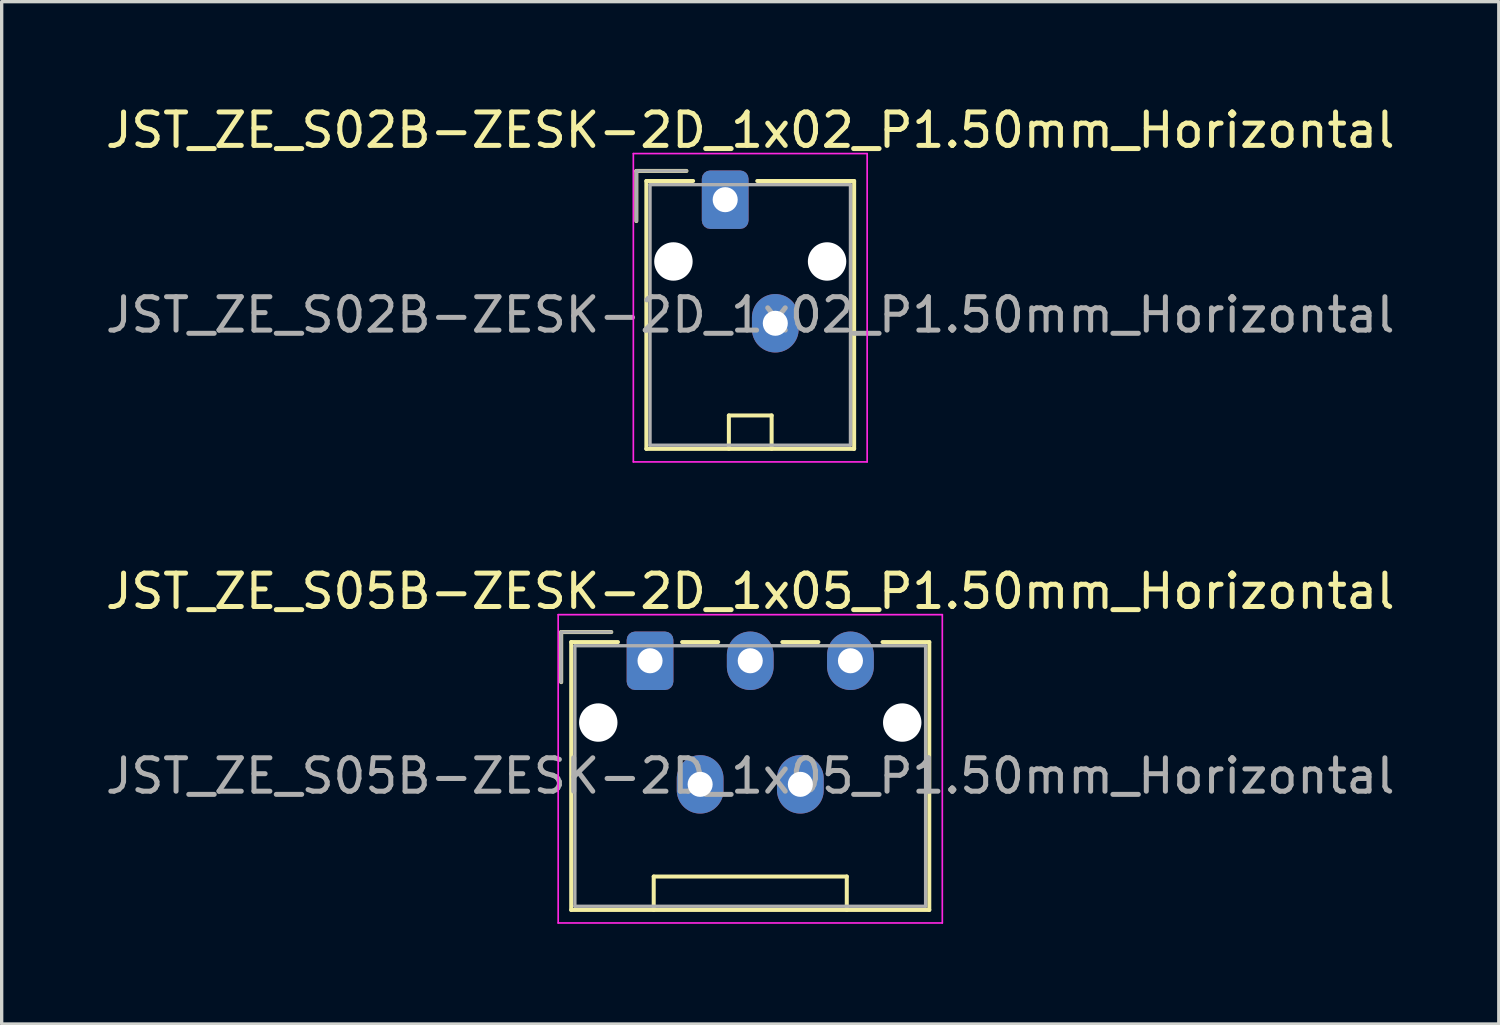
<source format=kicad_pcb>
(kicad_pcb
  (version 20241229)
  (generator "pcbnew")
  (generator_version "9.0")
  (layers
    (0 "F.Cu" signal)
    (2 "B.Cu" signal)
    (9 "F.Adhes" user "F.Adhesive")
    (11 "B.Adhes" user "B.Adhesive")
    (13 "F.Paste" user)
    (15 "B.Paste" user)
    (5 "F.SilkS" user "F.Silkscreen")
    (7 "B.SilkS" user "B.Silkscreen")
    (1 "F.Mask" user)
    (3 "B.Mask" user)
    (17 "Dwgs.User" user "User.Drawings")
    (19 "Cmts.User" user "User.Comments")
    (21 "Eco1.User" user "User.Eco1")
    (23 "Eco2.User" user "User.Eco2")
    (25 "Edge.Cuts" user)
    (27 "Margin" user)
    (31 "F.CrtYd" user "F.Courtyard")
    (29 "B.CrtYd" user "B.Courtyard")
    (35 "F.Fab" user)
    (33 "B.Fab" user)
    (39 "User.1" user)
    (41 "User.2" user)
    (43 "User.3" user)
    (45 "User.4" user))
  (footprint "JST_ZE_S05B-ZESK-2D_1x05_P1.50mm_Horizontal"
    (layer "F.Cu")
    (at 16.411 16.732)
    (property "Reference" "JST_ZE_S05B-ZESK-2D_1x05_P1.50mm_Horizontal" (at 3 -2.08 0) (layer "F.SilkS") (effects (font (size 1 1) (thickness 0.15))))
    (attr through_hole)
    (fp_line (start -2.66 -0.86) (end -1.16 -0.86) (stroke (width 0.12) (type solid)) (layer "F.SilkS"))
    (fp_line (start -2.66 0.64) (end -2.66 -0.86) (stroke (width 0.12) (type solid)) (layer "F.SilkS"))
    (fp_line (start -2.36 -0.56) (end -2.36 7.46) (stroke (width 0.12) (type solid)) (layer "F.SilkS"))
    (fp_line (start -2.36 7.46) (end 8.36 7.46) (stroke (width 0.12) (type solid)) (layer "F.SilkS"))
    (fp_line (start -0.96 -0.56) (end -2.36 -0.56) (stroke (width 0.12) (type solid)) (layer "F.SilkS"))
    (fp_line (start 0.11 6.46) (end 5.89 6.46) (stroke (width 0.12) (type solid)) (layer "F.SilkS"))
    (fp_line (start 0.11 7.46) (end 0.11 6.46) (stroke (width 0.12) (type solid)) (layer "F.SilkS"))
    (fp_line (start 0.96 -0.56) (end 2.04 -0.56) (stroke (width 0.12) (type solid)) (layer "F.SilkS"))
    (fp_line (start 3.96 -0.56) (end 5.04 -0.56) (stroke (width 0.12) (type solid)) (layer "F.SilkS"))
    (fp_line (start 5.89 6.46) (end 5.89 7.46) (stroke (width 0.12) (type solid)) (layer "F.SilkS"))
    (fp_line (start 8.36 -0.56) (end 6.96 -0.56) (stroke (width 0.12) (type solid)) (layer "F.SilkS"))
    (fp_line (start 8.36 7.46) (end 8.36 -0.56) (stroke (width 0.12) (type solid)) (layer "F.SilkS"))
    (fp_line (start -2.75 -1.38) (end -2.75 7.85) (stroke (width 0.05) (type solid)) (layer "F.CrtYd"))
    (fp_line (start -2.75 7.85) (end 8.75 7.85) (stroke (width 0.05) (type solid)) (layer "F.CrtYd"))
    (fp_line (start 8.75 -1.38) (end -2.75 -1.38) (stroke (width 0.05) (type solid)) (layer "F.CrtYd"))
    (fp_line (start 8.75 7.85) (end 8.75 -1.38) (stroke (width 0.05) (type solid)) (layer "F.CrtYd"))
    (fp_line (start -2.66 -0.86) (end -1.16 -0.86) (stroke (width 0.1) (type solid)) (layer "F.Fab"))
    (fp_line (start -2.66 0.64) (end -2.66 -0.86) (stroke (width 0.1) (type solid)) (layer "F.Fab"))
    (fp_line (start -2.25 -0.45) (end -2.25 7.35) (stroke (width 0.1) (type solid)) (layer "F.Fab"))
    (fp_line (start -2.25 7.35) (end 8.25 7.35) (stroke (width 0.1) (type solid)) (layer "F.Fab"))
    (fp_line (start 8.25 -0.45) (end -2.25 -0.45) (stroke (width 0.1) (type solid)) (layer "F.Fab"))
    (fp_line (start 8.25 7.35) (end 8.25 -0.45) (stroke (width 0.1) (type solid)) (layer "F.Fab"))
    (fp_text user "${REFERENCE}" (at 3 3.45 0) (layer "F.Fab") (effects (font (size 1 1) (thickness 0.15))))
    (pad "" np_thru_hole circle (at -1.55 1.85) (size 1.15 1.15) (drill 1.15) (layers "*.Cu" "*.Mask"))
    (pad "" np_thru_hole circle (at 7.55 1.85) (size 1.15 1.15) (drill 1.15) (layers "*.Cu" "*.Mask"))
    (pad "1" thru_hole roundrect (at 0 0) (size 1.4 1.75) (drill 0.75) (layers "*.Cu" "*.Mask") (roundrect_rratio 0.179))
    (pad "2" thru_hole oval (at 1.5 3.7) (size 1.4 1.75) (drill 0.75) (layers "*.Cu" "*.Mask"))
    (pad "3" thru_hole oval (at 3 0) (size 1.4 1.75) (drill 0.75) (layers "*.Cu" "*.Mask"))
    (pad "4" thru_hole oval (at 4.5 3.7) (size 1.4 1.75) (drill 0.75) (layers "*.Cu" "*.Mask"))
    (pad "5" thru_hole oval (at 6 0) (size 1.4 1.75) (drill 0.75) (layers "*.Cu" "*.Mask")))
  (footprint "JST_ZE_S02B-ZESK-2D_1x02_P1.50mm_Horizontal"
    (layer "F.Cu")
    (at 18.661 2.928)
    (property "Reference" "JST_ZE_S02B-ZESK-2D_1x02_P1.50mm_Horizontal" (at 0.75 -2.08 0) (layer "F.SilkS") (effects (font (size 1 1) (thickness 0.15))))
    (attr through_hole)
    (fp_line (start -2.66 -0.86) (end -1.16 -0.86) (stroke (width 0.12) (type solid)) (layer "F.SilkS"))
    (fp_line (start -2.66 0.64) (end -2.66 -0.86) (stroke (width 0.12) (type solid)) (layer "F.SilkS"))
    (fp_line (start -2.36 -0.56) (end -2.36 7.46) (stroke (width 0.12) (type solid)) (layer "F.SilkS"))
    (fp_line (start -2.36 7.46) (end 3.86 7.46) (stroke (width 0.12) (type solid)) (layer "F.SilkS"))
    (fp_line (start -0.96 -0.56) (end -2.36 -0.56) (stroke (width 0.12) (type solid)) (layer "F.SilkS"))
    (fp_line (start 0.11 6.46) (end 1.39 6.46) (stroke (width 0.12) (type solid)) (layer "F.SilkS"))
    (fp_line (start 0.11 7.46) (end 0.11 6.46) (stroke (width 0.12) (type solid)) (layer "F.SilkS"))
    (fp_line (start 1.39 6.46) (end 1.39 7.46) (stroke (width 0.12) (type solid)) (layer "F.SilkS"))
    (fp_line (start 3.86 -0.56) (end 0.96 -0.56) (stroke (width 0.12) (type solid)) (layer "F.SilkS"))
    (fp_line (start 3.86 7.46) (end 3.86 -0.56) (stroke (width 0.12) (type solid)) (layer "F.SilkS"))
    (fp_line (start -2.75 -1.38) (end -2.75 7.85) (stroke (width 0.05) (type solid)) (layer "F.CrtYd"))
    (fp_line (start -2.75 7.85) (end 4.25 7.85) (stroke (width 0.05) (type solid)) (layer "F.CrtYd"))
    (fp_line (start 4.25 -1.38) (end -2.75 -1.38) (stroke (width 0.05) (type solid)) (layer "F.CrtYd"))
    (fp_line (start 4.25 7.85) (end 4.25 -1.38) (stroke (width 0.05) (type solid)) (layer "F.CrtYd"))
    (fp_line (start -2.66 -0.86) (end -1.16 -0.86) (stroke (width 0.1) (type solid)) (layer "F.Fab"))
    (fp_line (start -2.66 0.64) (end -2.66 -0.86) (stroke (width 0.1) (type solid)) (layer "F.Fab"))
    (fp_line (start -2.25 -0.45) (end -2.25 7.35) (stroke (width 0.1) (type solid)) (layer "F.Fab"))
    (fp_line (start -2.25 7.35) (end 3.75 7.35) (stroke (width 0.1) (type solid)) (layer "F.Fab"))
    (fp_line (start 3.75 -0.45) (end -2.25 -0.45) (stroke (width 0.1) (type solid)) (layer "F.Fab"))
    (fp_line (start 3.75 7.35) (end 3.75 -0.45) (stroke (width 0.1) (type solid)) (layer "F.Fab"))
    (fp_text user "${REFERENCE}" (at 0.75 3.45 0) (layer "F.Fab") (effects (font (size 1 1) (thickness 0.15))))
    (pad "" np_thru_hole circle (at -1.55 1.85) (size 1.15 1.15) (drill 1.15) (layers "*.Cu" "*.Mask"))
    (pad "" np_thru_hole circle (at 3.05 1.85) (size 1.15 1.15) (drill 1.15) (layers "*.Cu" "*.Mask"))
    (pad "1" thru_hole roundrect (at 0 0) (size 1.4 1.75) (drill 0.75) (layers "*.Cu" "*.Mask") (roundrect_rratio 0.179))
    (pad "2" thru_hole oval (at 1.5 3.7) (size 1.4 1.75) (drill 0.75) (layers "*.Cu" "*.Mask")))
  (gr_rect
    (start -3 -3)
    (end 41.821 27.607)
    (stroke (width 0.1) (type default))
    (fill no)
    (layer "Edge.Cuts")))
</source>
